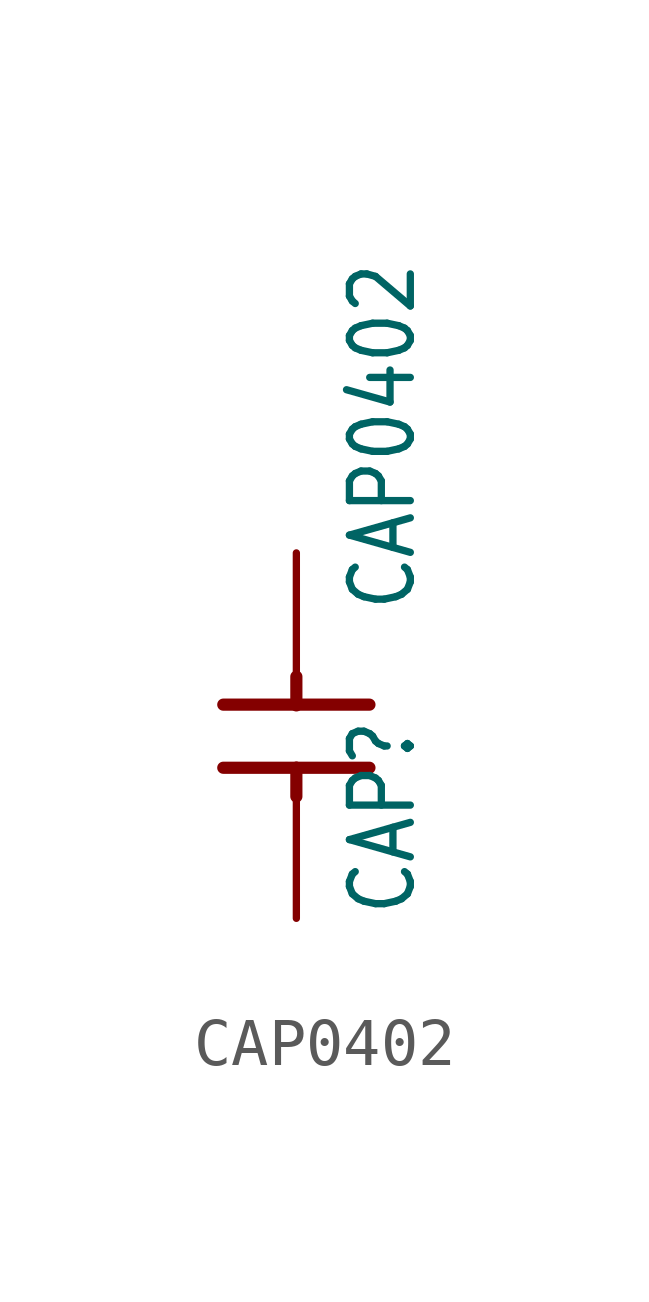
<source format=kicad_sym>
(kicad_symbol_lib
  (version 20211014)
  (generator kicad_symbol_editor)
  (symbol "CAP0402"
    (property "Reference" "CAP"
      (at 2.54 -2.54 90)
      (effects (font (size 1.27 1.079)) (justify left bottom)))
    (property "Value" "CAP0402"
      (at 2.54 3.81 90)
      (effects (font (size 1.27 1.079)) (justify left bottom)))
    (property "ki_locked" ""
      (at 0 0 0)
      (effects (font (size 1.27 1.27))))
    (symbol "CAP0402_1_0"
      (polyline (pts (xy -1.524 0.6) (xy 0 0.6)) (stroke (width 0.254) (type default) (color 0 0 0 0)) (fill (type none)))
      (polyline (pts (xy -1.524 1.916) (xy 1.524 1.916)) (stroke (width 0.254) (type default) (color 0 0 0 0)) (fill (type none)))
      (polyline (pts (xy 0 0) (xy 0 0.6)) (stroke (width 0.254) (type default) (color 0 0 0 0)) (fill (type none)))
      (polyline (pts (xy 0 0.6) (xy 1.524 0.6)) (stroke (width 0.254) (type default) (color 0 0 0 0)) (fill (type none)))
      (polyline (pts (xy 0 2.5) (xy 0 1.9)) (stroke (width 0.254) (type default) (color 0 0 0 0)) (fill (type none)))
      (pin bidirectional line (at 0 5.08 270) (length 2.54) (name "1" (effects (font (size 0 0)))) (number "1" (effects (font (size 0 0)))))
      (pin bidirectional line (at 0 -2.54 90) (length 2.54) (name "2" (effects (font (size 0 0)))) (number "2" (effects (font (size 0 0))))))))
</source>
